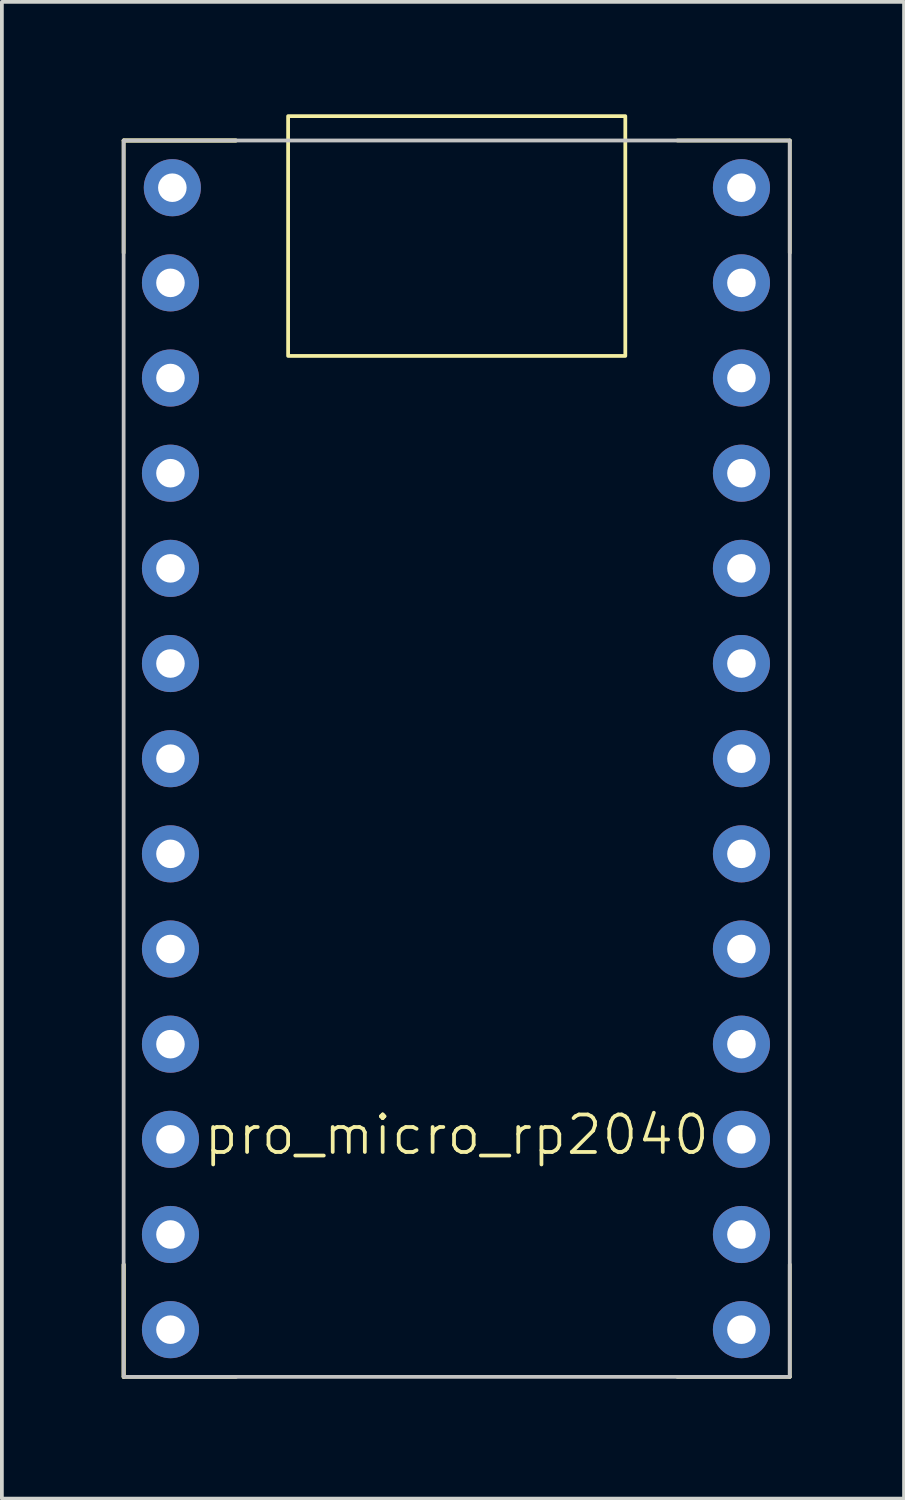
<source format=kicad_pcb>
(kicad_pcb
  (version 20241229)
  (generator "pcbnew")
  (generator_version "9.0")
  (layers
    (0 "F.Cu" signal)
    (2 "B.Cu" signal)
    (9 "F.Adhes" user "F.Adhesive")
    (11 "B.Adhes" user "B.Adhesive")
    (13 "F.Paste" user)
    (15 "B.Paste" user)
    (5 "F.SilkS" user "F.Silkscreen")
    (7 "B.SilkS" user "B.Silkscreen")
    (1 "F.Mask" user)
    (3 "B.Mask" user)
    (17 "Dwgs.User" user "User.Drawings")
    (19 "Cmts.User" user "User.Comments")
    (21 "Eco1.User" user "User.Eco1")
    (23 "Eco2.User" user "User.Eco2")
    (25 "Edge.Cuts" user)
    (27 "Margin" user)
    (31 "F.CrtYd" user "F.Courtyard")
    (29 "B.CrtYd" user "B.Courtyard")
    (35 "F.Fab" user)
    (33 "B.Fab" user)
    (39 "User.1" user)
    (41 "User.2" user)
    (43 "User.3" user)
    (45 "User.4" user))
  (footprint "pro_micro_rp2040"
    (layer "F.Cu")
    (at 0.25 33.7)
    (property "Reference" "pro_micro_rp2040" (at 8.89 -6.46 0) (unlocked yes) (layer "F.SilkS") (effects (font (size 1 1) (thickness 0.1))))
    (attr through_hole)
    (fp_line (start 0 -33) (end 0 -30) (stroke (width 0.1) (type default)) (layer "F.SilkS"))
    (fp_line (start 0 -33) (end 3 -33) (stroke (width 0.1) (type default)) (layer "F.SilkS"))
    (fp_line (start 0 -3) (end 0 0) (stroke (width 0.1) (type default)) (layer "F.SilkS"))
    (fp_line (start 0 0) (end 0 -3) (stroke (width 0.1) (type default)) (layer "F.SilkS"))
    (fp_line (start 0 0) (end 3 0) (stroke (width 0.1) (type default)) (layer "F.SilkS"))
    (fp_line (start 3 -33) (end 0 -33) (stroke (width 0.1) (type default)) (layer "F.SilkS"))
    (fp_line (start 17.78 -33) (end 14.78 -33) (stroke (width 0.1) (type default)) (layer "F.SilkS"))
    (fp_line (start 17.78 -33) (end 17.78 -30) (stroke (width 0.1) (type default)) (layer "F.SilkS"))
    (fp_line (start 17.78 0) (end 14.78 0) (stroke (width 0.1) (type default)) (layer "F.SilkS"))
    (fp_line (start 17.78 0) (end 17.78 -3) (stroke (width 0.1) (type default)) (layer "F.SilkS"))
    (fp_rect (start 4.39 -27.25) (end 13.39 -33.65) (stroke (width 0.1) (type default)) (fill no) (layer "F.SilkS"))
    (fp_rect (start 0 0) (end 17.78 -33) (stroke (width 0.1) (type default)) (fill no) (layer "Dwgs.User"))
    (pad "0" thru_hole circle (at 1.25 -29.2) (size 1.524 1.524) (drill 0.762) (layers "*.Cu" "*.Mask"))
    (pad "1" thru_hole circle (at 1.25 -26.66) (size 1.524 1.524) (drill 0.762) (layers "*.Cu" "*.Mask"))
    (pad "2" thru_hole circle (at 1.25 -19.04) (size 1.524 1.524) (drill 0.762) (layers "*.Cu" "*.Mask"))
    (pad "3" thru_hole circle (at 1.25 -16.5) (size 1.524 1.524) (drill 0.762) (layers "*.Cu" "*.Mask"))
    (pad "3V3" thru_hole circle (at 16.49 -21.58) (size 1.524 1.524) (drill 0.762) (layers "*.Cu" "*.Mask"))
    (pad "4" thru_hole circle (at 1.25 -13.96) (size 1.524 1.524) (drill 0.762) (layers "*.Cu" "*.Mask"))
    (pad "5" thru_hole circle (at 1.25 -11.42) (size 1.524 1.524) (drill 0.762) (layers "*.Cu" "*.Mask"))
    (pad "5V" thru_hole circle (at 16.49 -29.2) (size 1.524 1.524) (drill 0.762) (layers "*.Cu" "*.Mask"))
    (pad "6" thru_hole circle (at 1.25 -8.88) (size 1.524 1.524) (drill 0.762) (layers "*.Cu" "*.Mask"))
    (pad "7" thru_hole circle (at 1.25 -6.34) (size 1.524 1.524) (drill 0.762) (layers "*.Cu" "*.Mask"))
    (pad "8" thru_hole circle (at 1.25 -3.8) (size 1.524 1.524) (drill 0.762) (layers "*.Cu" "*.Mask"))
    (pad "9" thru_hole circle (at 1.25 -1.26) (size 1.524 1.524) (drill 0.762) (layers "*.Cu" "*.Mask"))
    (pad "10" thru_hole circle (at 1.3 -31.74) (size 1.524 1.524) (drill 0.762) (layers "*.Cu" "*.Mask"))
    (pad "11" thru_hole circle (at 16.49 -31.74) (size 1.524 1.524) (drill 0.762) (layers "*.Cu" "*.Mask"))
    (pad "20" thru_hole circle (at 16.49 -6.34) (size 1.524 1.524) (drill 0.762) (layers "*.Cu" "*.Mask"))
    (pad "21" thru_hole circle (at 16.49 -1.26) (size 1.524 1.524) (drill 0.762) (layers "*.Cu" "*.Mask"))
    (pad "22" thru_hole circle (at 16.49 -8.88) (size 1.524 1.524) (drill 0.762) (layers "*.Cu" "*.Mask"))
    (pad "23" thru_hole circle (at 16.49 -3.8) (size 1.524 1.524) (drill 0.762) (layers "*.Cu" "*.Mask"))
    (pad "26" thru_hole circle (at 16.49 -11.42) (size 1.524 1.524) (drill 0.762) (layers "*.Cu" "*.Mask"))
    (pad "27" thru_hole circle (at 16.49 -13.96) (size 1.524 1.524) (drill 0.762) (layers "*.Cu" "*.Mask"))
    (pad "28" thru_hole circle (at 16.49 -16.5) (size 1.524 1.524) (drill 0.762) (layers "*.Cu" "*.Mask"))
    (pad "29" thru_hole circle (at 16.49 -19.04) (size 1.524 1.524) (drill 0.762) (layers "*.Cu" "*.Mask"))
    (pad "GND" thru_hole circle (at 1.25 -24.12) (size 1.524 1.524) (drill 0.762) (layers "*.Cu" "*.Mask"))
    (pad "GND" thru_hole circle (at 1.25 -21.58) (size 1.524 1.524) (drill 0.762) (layers "*.Cu" "*.Mask"))
    (pad "GND" thru_hole circle (at 16.49 -26.66) (size 1.524 1.524) (drill 0.762) (layers "*.Cu" "*.Mask"))
    (pad "RST" thru_hole circle (at 16.49 -24.12) (size 1.524 1.524) (drill 0.762) (layers "*.Cu" "*.Mask")))
  (gr_rect
    (start -3 -3)
    (end 21.08 36.95)
    (stroke (width 0.1) (type default))
    (fill no)
    (layer "Edge.Cuts")))
</source>
